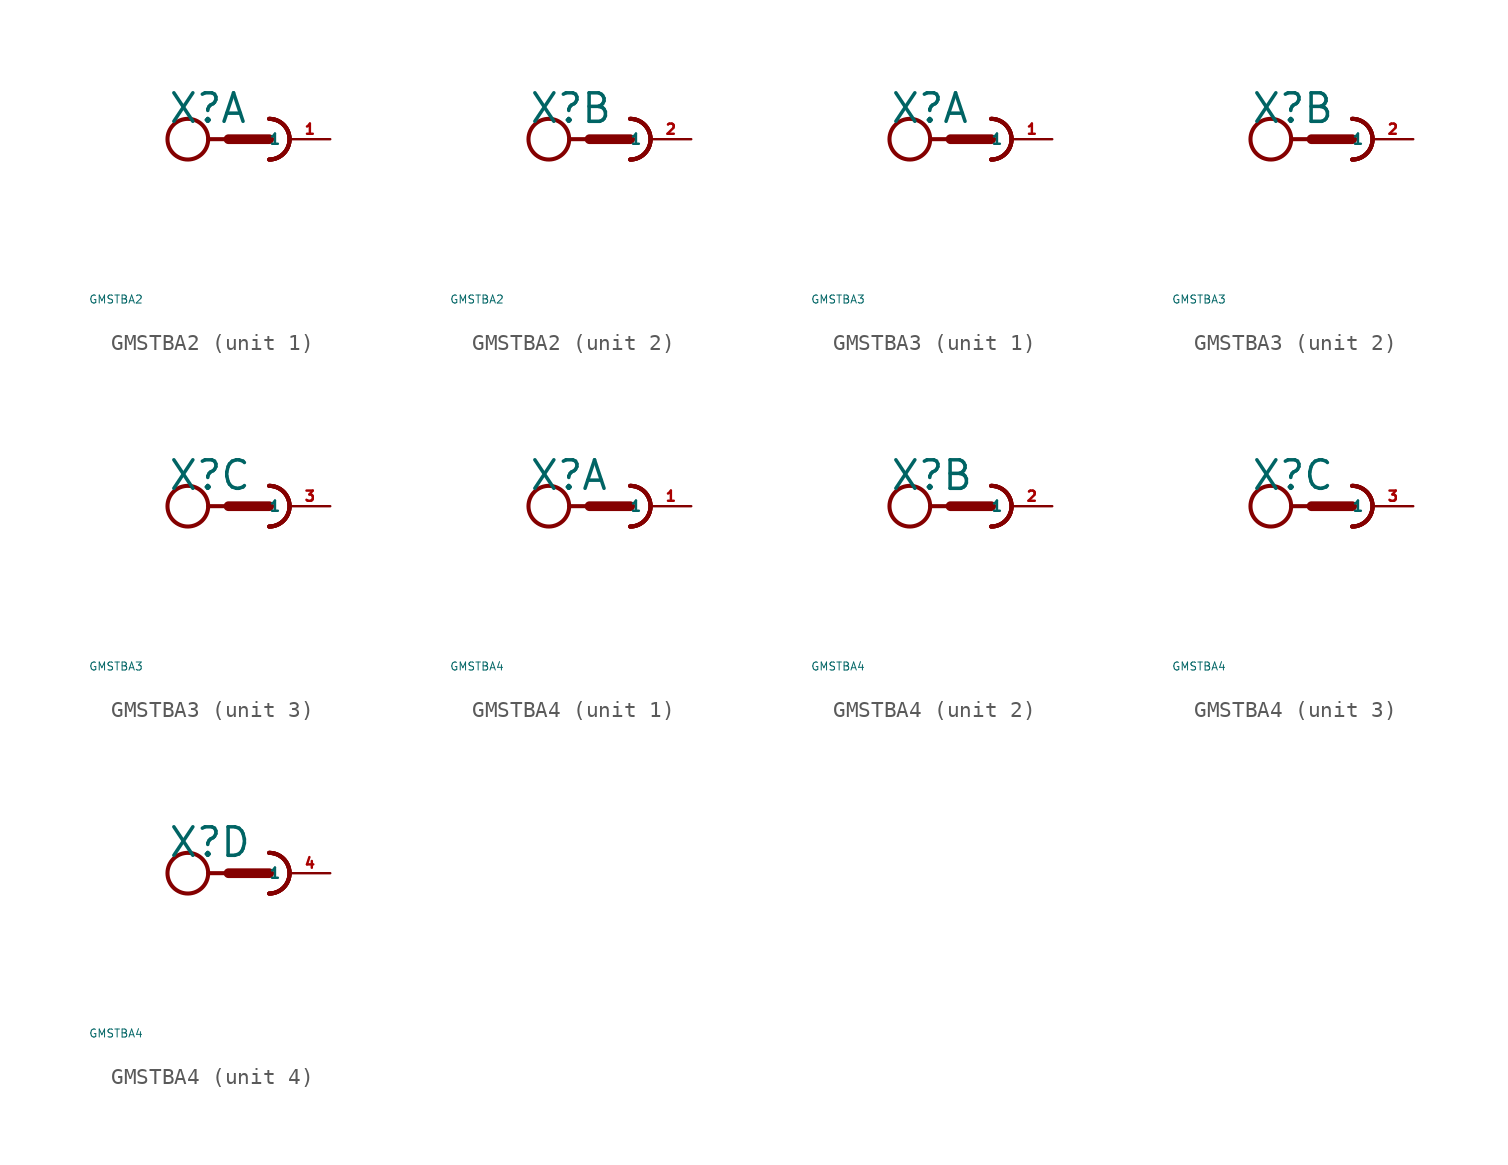
<source format=kicad_sym>
(kicad_symbol_lib
  (version 20220914)
  (generator Eagle2Kicad)
  (symbol "GMSTBA2"
    (property "Reference" "X"
      (at -5.08 0.889 0)
      (effects (font (size 1.778 1.778) (thickness 0.22)) (justify left bottom)))
    (property "Value" "GMSTBA2"
      (at -10 -10 0)
      (effects (font (size 0.5 0.5) (thickness 0.06)) (justify left)))
    (symbol "GMSTBA2_1_0"
      (arc (start 1.27 -1.27) (mid 2.540 0.000) (end 1.27 1.27) (stroke (width 0.254) (type default)) (fill (type none)))
      (arc (start 1.27 -1.27) (mid 2.540 0.000) (end 1.27 1.27) (stroke (width 0.254) (type default)) (fill (type none)))
      (arc (start 1.27 -1.27) (mid 2.540 0.000) (end 1.27 1.27) (stroke (width 0.254) (type default)) (fill (type none)))
      (polyline (pts (xy -2.54 0) (xy -1.27 0)) (stroke (width 0.254) (type default)) (fill (type none)))
      (polyline (pts (xy -1.27 0) (xy 1.27 0)) (stroke (width 0.61) (type default)) (fill (type none)))
      (arc (start 1.27 -1.27) (mid 2.540 0.000) (end 1.27 1.27) (stroke (width 0.254) (type default)) (fill (type none)))
      (circle (center -3.81 0) (radius 1.27) (stroke (width 0.254) (type default)) (fill (type none)))
      (pin passive line (at 5.08 0 180) (length 2.54) (name "1" (effects (font (size 0.635 0.635) (thickness 0.08)) (justify left bottom))) (number "1" (effects (font (size 0.635 0.635) (thickness 0.08)) (justify left bottom)))))
    (symbol "GMSTBA2_2_0"
      (arc (start 1.27 -1.27) (mid 2.540 0.000) (end 1.27 1.27) (stroke (width 0.254) (type default)) (fill (type none)))
      (arc (start 1.27 -1.27) (mid 2.540 0.000) (end 1.27 1.27) (stroke (width 0.254) (type default)) (fill (type none)))
      (arc (start 1.27 -1.27) (mid 2.540 0.000) (end 1.27 1.27) (stroke (width 0.254) (type default)) (fill (type none)))
      (polyline (pts (xy -2.54 0) (xy -1.27 0)) (stroke (width 0.254) (type default)) (fill (type none)))
      (polyline (pts (xy -1.27 0) (xy 1.27 0)) (stroke (width 0.61) (type default)) (fill (type none)))
      (arc (start 1.27 -1.27) (mid 2.540 0.000) (end 1.27 1.27) (stroke (width 0.254) (type default)) (fill (type none)))
      (circle (center -3.81 0) (radius 1.27) (stroke (width 0.254) (type default)) (fill (type none)))
      (pin passive line (at 5.08 0 180) (length 2.54) (name "1" (effects (font (size 0.635 0.635) (thickness 0.08)) (justify left bottom))) (number "2" (effects (font (size 0.635 0.635) (thickness 0.08)) (justify left bottom))))))
  (symbol "GMSTBA3"
    (property "Reference" "X"
      (at -5.08 0.889 0)
      (effects (font (size 1.778 1.778) (thickness 0.22)) (justify left bottom)))
    (property "Value" "GMSTBA3"
      (at -10 -10 0)
      (effects (font (size 0.5 0.5) (thickness 0.06)) (justify left)))
    (symbol "GMSTBA3_1_0"
      (arc (start 1.27 -1.27) (mid 2.540 0.000) (end 1.27 1.27) (stroke (width 0.254) (type default)) (fill (type none)))
      (arc (start 1.27 -1.27) (mid 2.540 0.000) (end 1.27 1.27) (stroke (width 0.254) (type default)) (fill (type none)))
      (arc (start 1.27 -1.27) (mid 2.540 0.000) (end 1.27 1.27) (stroke (width 0.254) (type default)) (fill (type none)))
      (polyline (pts (xy -2.54 0) (xy -1.27 0)) (stroke (width 0.254) (type default)) (fill (type none)))
      (polyline (pts (xy -1.27 0) (xy 1.27 0)) (stroke (width 0.61) (type default)) (fill (type none)))
      (arc (start 1.27 -1.27) (mid 2.540 0.000) (end 1.27 1.27) (stroke (width 0.254) (type default)) (fill (type none)))
      (circle (center -3.81 0) (radius 1.27) (stroke (width 0.254) (type default)) (fill (type none)))
      (pin passive line (at 5.08 0 180) (length 2.54) (name "1" (effects (font (size 0.635 0.635) (thickness 0.08)) (justify left bottom))) (number "1" (effects (font (size 0.635 0.635) (thickness 0.08)) (justify left bottom)))))
    (symbol "GMSTBA3_2_0"
      (arc (start 1.27 -1.27) (mid 2.540 0.000) (end 1.27 1.27) (stroke (width 0.254) (type default)) (fill (type none)))
      (arc (start 1.27 -1.27) (mid 2.540 0.000) (end 1.27 1.27) (stroke (width 0.254) (type default)) (fill (type none)))
      (arc (start 1.27 -1.27) (mid 2.540 0.000) (end 1.27 1.27) (stroke (width 0.254) (type default)) (fill (type none)))
      (polyline (pts (xy -2.54 0) (xy -1.27 0)) (stroke (width 0.254) (type default)) (fill (type none)))
      (polyline (pts (xy -1.27 0) (xy 1.27 0)) (stroke (width 0.61) (type default)) (fill (type none)))
      (arc (start 1.27 -1.27) (mid 2.540 0.000) (end 1.27 1.27) (stroke (width 0.254) (type default)) (fill (type none)))
      (circle (center -3.81 0) (radius 1.27) (stroke (width 0.254) (type default)) (fill (type none)))
      (pin passive line (at 5.08 0 180) (length 2.54) (name "1" (effects (font (size 0.635 0.635) (thickness 0.08)) (justify left bottom))) (number "2" (effects (font (size 0.635 0.635) (thickness 0.08)) (justify left bottom)))))
    (symbol "GMSTBA3_3_0"
      (arc (start 1.27 -1.27) (mid 2.540 0.000) (end 1.27 1.27) (stroke (width 0.254) (type default)) (fill (type none)))
      (arc (start 1.27 -1.27) (mid 2.540 0.000) (end 1.27 1.27) (stroke (width 0.254) (type default)) (fill (type none)))
      (arc (start 1.27 -1.27) (mid 2.540 0.000) (end 1.27 1.27) (stroke (width 0.254) (type default)) (fill (type none)))
      (polyline (pts (xy -2.54 0) (xy -1.27 0)) (stroke (width 0.254) (type default)) (fill (type none)))
      (polyline (pts (xy -1.27 0) (xy 1.27 0)) (stroke (width 0.61) (type default)) (fill (type none)))
      (arc (start 1.27 -1.27) (mid 2.540 0.000) (end 1.27 1.27) (stroke (width 0.254) (type default)) (fill (type none)))
      (circle (center -3.81 0) (radius 1.27) (stroke (width 0.254) (type default)) (fill (type none)))
      (pin passive line (at 5.08 0 180) (length 2.54) (name "1" (effects (font (size 0.635 0.635) (thickness 0.08)) (justify left bottom))) (number "3" (effects (font (size 0.635 0.635) (thickness 0.08)) (justify left bottom))))))
  (symbol "GMSTBA4"
    (property "Reference" "X"
      (at -5.08 0.889 0)
      (effects (font (size 1.778 1.778) (thickness 0.22)) (justify left bottom)))
    (property "Value" "GMSTBA4"
      (at -10 -10 0)
      (effects (font (size 0.5 0.5) (thickness 0.06)) (justify left)))
    (symbol "GMSTBA4_1_0"
      (arc (start 1.27 -1.27) (mid 2.540 0.000) (end 1.27 1.27) (stroke (width 0.254) (type default)) (fill (type none)))
      (arc (start 1.27 -1.27) (mid 2.540 0.000) (end 1.27 1.27) (stroke (width 0.254) (type default)) (fill (type none)))
      (arc (start 1.27 -1.27) (mid 2.540 0.000) (end 1.27 1.27) (stroke (width 0.254) (type default)) (fill (type none)))
      (polyline (pts (xy -2.54 0) (xy -1.27 0)) (stroke (width 0.254) (type default)) (fill (type none)))
      (polyline (pts (xy -1.27 0) (xy 1.27 0)) (stroke (width 0.61) (type default)) (fill (type none)))
      (arc (start 1.27 -1.27) (mid 2.540 0.000) (end 1.27 1.27) (stroke (width 0.254) (type default)) (fill (type none)))
      (circle (center -3.81 0) (radius 1.27) (stroke (width 0.254) (type default)) (fill (type none)))
      (pin passive line (at 5.08 0 180) (length 2.54) (name "1" (effects (font (size 0.635 0.635) (thickness 0.08)) (justify left bottom))) (number "1" (effects (font (size 0.635 0.635) (thickness 0.08)) (justify left bottom)))))
    (symbol "GMSTBA4_2_0"
      (arc (start 1.27 -1.27) (mid 2.540 0.000) (end 1.27 1.27) (stroke (width 0.254) (type default)) (fill (type none)))
      (arc (start 1.27 -1.27) (mid 2.540 0.000) (end 1.27 1.27) (stroke (width 0.254) (type default)) (fill (type none)))
      (arc (start 1.27 -1.27) (mid 2.540 0.000) (end 1.27 1.27) (stroke (width 0.254) (type default)) (fill (type none)))
      (polyline (pts (xy -2.54 0) (xy -1.27 0)) (stroke (width 0.254) (type default)) (fill (type none)))
      (polyline (pts (xy -1.27 0) (xy 1.27 0)) (stroke (width 0.61) (type default)) (fill (type none)))
      (arc (start 1.27 -1.27) (mid 2.540 0.000) (end 1.27 1.27) (stroke (width 0.254) (type default)) (fill (type none)))
      (circle (center -3.81 0) (radius 1.27) (stroke (width 0.254) (type default)) (fill (type none)))
      (pin passive line (at 5.08 0 180) (length 2.54) (name "1" (effects (font (size 0.635 0.635) (thickness 0.08)) (justify left bottom))) (number "2" (effects (font (size 0.635 0.635) (thickness 0.08)) (justify left bottom)))))
    (symbol "GMSTBA4_3_0"
      (arc (start 1.27 -1.27) (mid 2.540 0.000) (end 1.27 1.27) (stroke (width 0.254) (type default)) (fill (type none)))
      (arc (start 1.27 -1.27) (mid 2.540 0.000) (end 1.27 1.27) (stroke (width 0.254) (type default)) (fill (type none)))
      (arc (start 1.27 -1.27) (mid 2.540 0.000) (end 1.27 1.27) (stroke (width 0.254) (type default)) (fill (type none)))
      (polyline (pts (xy -2.54 0) (xy -1.27 0)) (stroke (width 0.254) (type default)) (fill (type none)))
      (polyline (pts (xy -1.27 0) (xy 1.27 0)) (stroke (width 0.61) (type default)) (fill (type none)))
      (arc (start 1.27 -1.27) (mid 2.540 0.000) (end 1.27 1.27) (stroke (width 0.254) (type default)) (fill (type none)))
      (circle (center -3.81 0) (radius 1.27) (stroke (width 0.254) (type default)) (fill (type none)))
      (pin passive line (at 5.08 0 180) (length 2.54) (name "1" (effects (font (size 0.635 0.635) (thickness 0.08)) (justify left bottom))) (number "3" (effects (font (size 0.635 0.635) (thickness 0.08)) (justify left bottom)))))
    (symbol "GMSTBA4_4_0"
      (arc (start 1.27 -1.27) (mid 2.540 0.000) (end 1.27 1.27) (stroke (width 0.254) (type default)) (fill (type none)))
      (arc (start 1.27 -1.27) (mid 2.540 0.000) (end 1.27 1.27) (stroke (width 0.254) (type default)) (fill (type none)))
      (arc (start 1.27 -1.27) (mid 2.540 0.000) (end 1.27 1.27) (stroke (width 0.254) (type default)) (fill (type none)))
      (polyline (pts (xy -2.54 0) (xy -1.27 0)) (stroke (width 0.254) (type default)) (fill (type none)))
      (polyline (pts (xy -1.27 0) (xy 1.27 0)) (stroke (width 0.61) (type default)) (fill (type none)))
      (arc (start 1.27 -1.27) (mid 2.540 0.000) (end 1.27 1.27) (stroke (width 0.254) (type default)) (fill (type none)))
      (circle (center -3.81 0) (radius 1.27) (stroke (width 0.254) (type default)) (fill (type none)))
      (pin passive line (at 5.08 0 180) (length 2.54) (name "1" (effects (font (size 0.635 0.635) (thickness 0.08)) (justify left bottom))) (number "4" (effects (font (size 0.635 0.635) (thickness 0.08)) (justify left bottom)))))))
</source>
